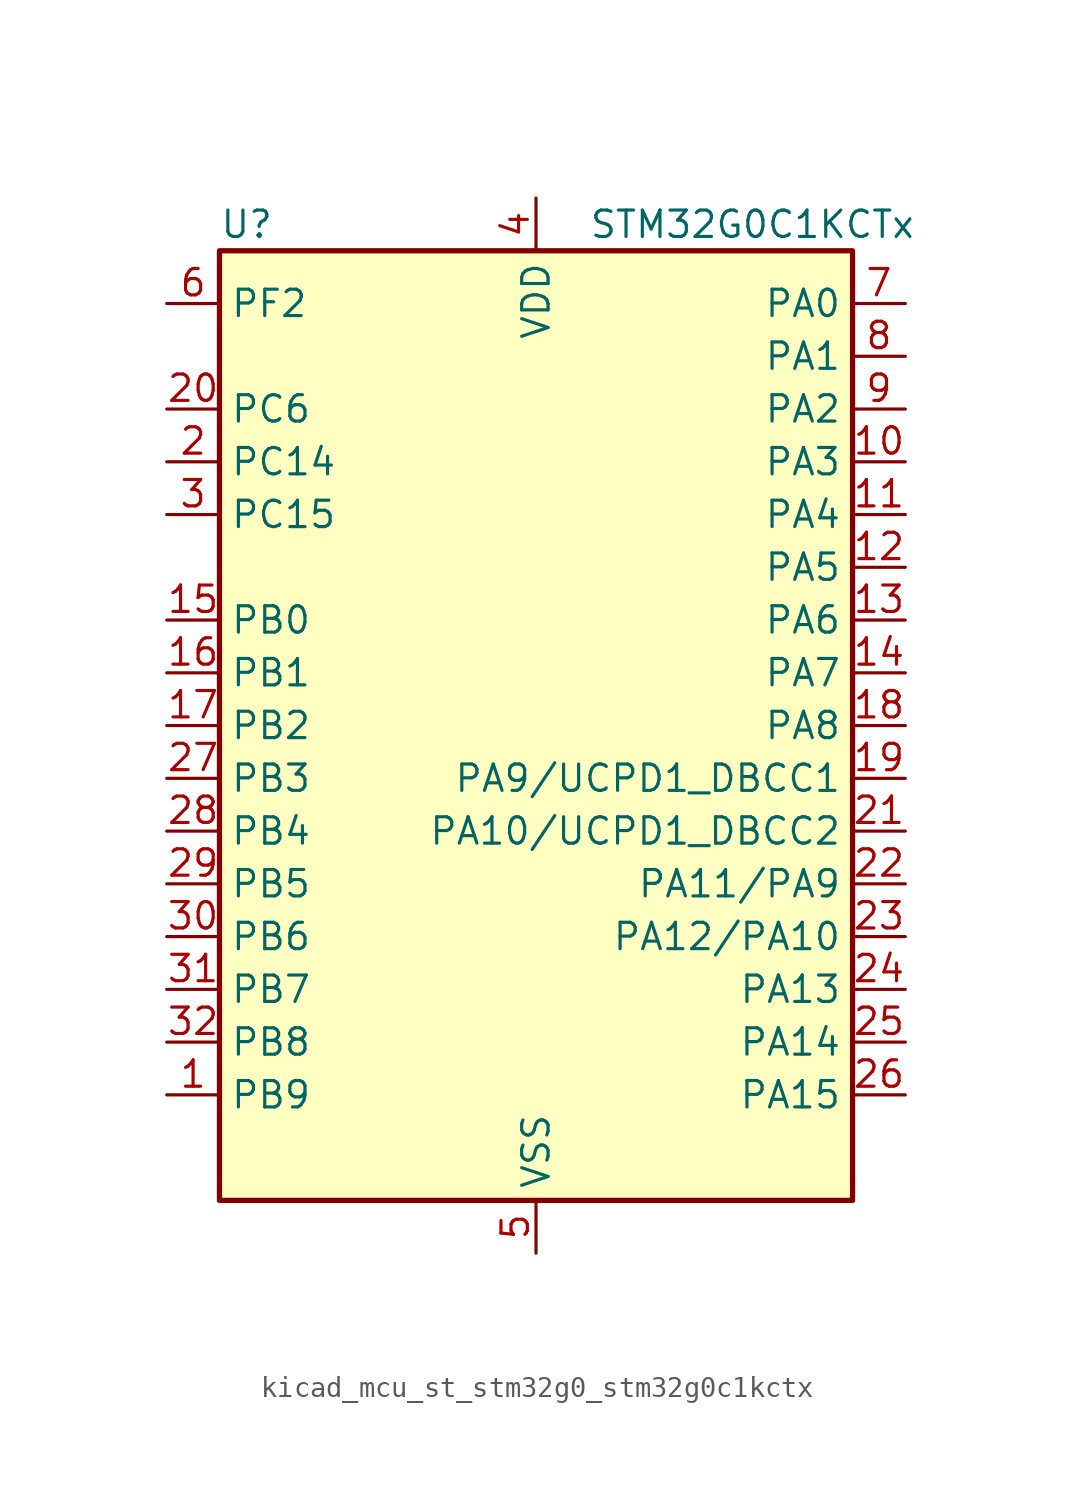
<source format=kicad_sym>
(kicad_symbol_lib
  (version 20220914)
  (generator kicad_symbol_editor)
  (symbol "kicad_mcu_st_stm32g0_stm32g0c1kctx"
    (property "Reference" "U"
      (at -15.24 24.13 0)
      (effects (font (size 1.27 1.27)) (justify left)))
    (property "Value" "STM32G0C1KCTx"
      (at 2.54 24.13 0)
      (effects (font (size 1.27 1.27)) (justify left)))
    (property "ki_locked" ""
      (at 0 0 0)
      (effects (font (size 1.27 1.27))))
    (symbol "kicad_mcu_st_stm32g0_stm32g0c1kctx_0_1"
      (rectangle (start -15.24 -22.86) (end 15.24 22.86) (stroke (width 0.254) (type default)) (fill (type background))))
    (symbol "kicad_mcu_st_stm32g0_stm32g0c1kctx_1_1"
      (pin bidirectional line (at -17.78 -17.78 0) (length 2.54) (name "PB9" (effects (font (size 1.27 1.27)))) (number "1" (effects (font (size 1.27 1.27)))) (alternate "DAC1_EXTI9" bidirectional line) (alternate "FDCAN1_TX" bidirectional line) (alternate "I2C1_SDA" bidirectional line) (alternate "I2S2_WS" bidirectional line) (alternate "IR_OUT" bidirectional line) (alternate "SPI2_NSS" bidirectional line) (alternate "TIM17_CH1" bidirectional line) (alternate "TIM4_CH4" bidirectional line) (alternate "USART3_RX" bidirectional line) (alternate "USART6_RX" bidirectional line))
      (pin bidirectional line (at 17.78 12.7 180) (length 2.54) (name "PA3" (effects (font (size 1.27 1.27)))) (number "10" (effects (font (size 1.27 1.27)))) (alternate "ADC1_IN3" bidirectional line) (alternate "COMP2_INP" bidirectional line) (alternate "I2S2_MCK" bidirectional line) (alternate "LPUART1_RX" bidirectional line) (alternate "SPI2_MISO" bidirectional line) (alternate "TIM15_CH2" bidirectional line) (alternate "TIM2_CH4" bidirectional line) (alternate "USART2_RX" bidirectional line))
      (pin bidirectional line (at 17.78 10.16 180) (length 2.54) (name "PA4" (effects (font (size 1.27 1.27)))) (number "11" (effects (font (size 1.27 1.27)))) (alternate "ADC1_IN4" bidirectional line) (alternate "DAC1_OUT1" bidirectional line) (alternate "I2S1_WS" bidirectional line) (alternate "I2S2_SD" bidirectional line) (alternate "LPTIM2_OUT" bidirectional line) (alternate "RTC_OUT1" bidirectional line) (alternate "RTC_TAMP_IN1" bidirectional line) (alternate "RTC_TS" bidirectional line) (alternate "SPI1_NSS" bidirectional line) (alternate "SPI2_MOSI" bidirectional line) (alternate "SPI3_NSS" bidirectional line) (alternate "SYS_WKUP2" bidirectional line) (alternate "TIM14_CH1" bidirectional line) (alternate "USART6_TX" bidirectional line) (alternate "USB_NOE" bidirectional line))
      (pin bidirectional line (at 17.78 7.62 180) (length 2.54) (name "PA5" (effects (font (size 1.27 1.27)))) (number "12" (effects (font (size 1.27 1.27)))) (alternate "ADC1_IN5" bidirectional line) (alternate "CEC" bidirectional line) (alternate "DAC1_OUT2" bidirectional line) (alternate "I2S1_CK" bidirectional line) (alternate "LPTIM2_ETR" bidirectional line) (alternate "SPI1_SCK" bidirectional line) (alternate "TIM2_CH1" bidirectional line) (alternate "TIM2_ETR" bidirectional line) (alternate "UCPD1_FRSTX1" bidirectional line) (alternate "UCPD1_FRSTX2" bidirectional line) (alternate "USART3_TX" bidirectional line) (alternate "USART6_RX" bidirectional line))
      (pin bidirectional line (at 17.78 5.08 180) (length 2.54) (name "PA6" (effects (font (size 1.27 1.27)))) (number "13" (effects (font (size 1.27 1.27)))) (alternate "ADC1_IN6" bidirectional line) (alternate "COMP1_OUT" bidirectional line) (alternate "I2C2_SDA" bidirectional line) (alternate "I2C3_SDA" bidirectional line) (alternate "I2S1_MCK" bidirectional line) (alternate "LPUART1_CTS" bidirectional line) (alternate "SPI1_MISO" bidirectional line) (alternate "TIM16_CH1" bidirectional line) (alternate "TIM1_BK" bidirectional line) (alternate "TIM3_CH1" bidirectional line) (alternate "USART3_CTS" bidirectional line) (alternate "USART3_NSS" bidirectional line) (alternate "USART6_CTS" bidirectional line) (alternate "USART6_NSS" bidirectional line))
      (pin bidirectional line (at 17.78 2.54 180) (length 2.54) (name "PA7" (effects (font (size 1.27 1.27)))) (number "14" (effects (font (size 1.27 1.27)))) (alternate "ADC1_IN7" bidirectional line) (alternate "COMP2_OUT" bidirectional line) (alternate "I2C2_SCL" bidirectional line) (alternate "I2C3_SCL" bidirectional line) (alternate "I2S1_SD" bidirectional line) (alternate "SPI1_MOSI" bidirectional line) (alternate "TIM14_CH1" bidirectional line) (alternate "TIM17_CH1" bidirectional line) (alternate "TIM1_CH1N" bidirectional line) (alternate "TIM3_CH2" bidirectional line) (alternate "UCPD1_FRSTX1" bidirectional line) (alternate "UCPD1_FRSTX2" bidirectional line) (alternate "USART6_CK" bidirectional line) (alternate "USART6_DE" bidirectional line) (alternate "USART6_RTS" bidirectional line))
      (pin bidirectional line (at -17.78 5.08 0) (length 2.54) (name "PB0" (effects (font (size 1.27 1.27)))) (number "15" (effects (font (size 1.27 1.27)))) (alternate "ADC1_IN8" bidirectional line) (alternate "COMP1_OUT" bidirectional line) (alternate "COMP3_INP" bidirectional line) (alternate "FDCAN2_RX" bidirectional line) (alternate "I2S1_WS" bidirectional line) (alternate "LPTIM1_OUT" bidirectional line) (alternate "LPUART2_CTS" bidirectional line) (alternate "SPI1_NSS" bidirectional line) (alternate "TIM1_CH2N" bidirectional line) (alternate "TIM3_CH3" bidirectional line) (alternate "UCPD1_FRSTX1" bidirectional line) (alternate "UCPD1_FRSTX2" bidirectional line) (alternate "USART3_RX" bidirectional line) (alternate "USART5_TX" bidirectional line))
      (pin bidirectional line (at -17.78 2.54 0) (length 2.54) (name "PB1" (effects (font (size 1.27 1.27)))) (number "16" (effects (font (size 1.27 1.27)))) (alternate "ADC1_IN9" bidirectional line) (alternate "COMP1_INM" bidirectional line) (alternate "COMP3_OUT" bidirectional line) (alternate "FDCAN2_TX" bidirectional line) (alternate "LPTIM2_IN1" bidirectional line) (alternate "LPUART1_DE" bidirectional line) (alternate "LPUART1_RTS" bidirectional line) (alternate "LPUART2_DE" bidirectional line) (alternate "LPUART2_RTS" bidirectional line) (alternate "TIM14_CH1" bidirectional line) (alternate "TIM1_CH3N" bidirectional line) (alternate "TIM3_CH4" bidirectional line) (alternate "USART3_CK" bidirectional line) (alternate "USART3_DE" bidirectional line) (alternate "USART3_RTS" bidirectional line) (alternate "USART5_RX" bidirectional line))
      (pin bidirectional line (at -17.78 0 0) (length 2.54) (name "PB2" (effects (font (size 1.27 1.27)))) (number "17" (effects (font (size 1.27 1.27)))) (alternate "ADC1_IN10" bidirectional line) (alternate "COMP1_INP" bidirectional line) (alternate "COMP3_INM" bidirectional line) (alternate "I2S2_MCK" bidirectional line) (alternate "LPTIM1_OUT" bidirectional line) (alternate "RCC_MCO_2" bidirectional line) (alternate "SPI2_MISO" bidirectional line) (alternate "USART3_TX" bidirectional line))
      (pin bidirectional line (at 17.78 0 180) (length 2.54) (name "PA8" (effects (font (size 1.27 1.27)))) (number "18" (effects (font (size 1.27 1.27)))) (alternate "CRS1_SYNC" bidirectional line) (alternate "I2C2_SMBA" bidirectional line) (alternate "I2S2_WS" bidirectional line) (alternate "LPTIM2_OUT" bidirectional line) (alternate "RCC_MCO" bidirectional line) (alternate "SPI2_NSS" bidirectional line) (alternate "TIM1_CH1" bidirectional line) (alternate "UCPD1_CC1" bidirectional line))
      (pin bidirectional line (at 17.78 -2.54 180) (length 2.54) (name "PA9/UCPD1_DBCC1" (effects (font (size 1.27 1.27)))) (number "19" (effects (font (size 1.27 1.27)))) (alternate "DAC1_EXTI9" bidirectional line) (alternate "I2C1_SCL" bidirectional line) (alternate "I2C2_SCL" bidirectional line) (alternate "I2S2_MCK" bidirectional line) (alternate "RCC_MCO" bidirectional line) (alternate "SPI2_MISO" bidirectional line) (alternate "TIM15_BK" bidirectional line) (alternate "TIM1_CH2" bidirectional line) (alternate "UCPD1_DBCC1" bidirectional line) (alternate "USART1_TX" bidirectional line))
      (pin bidirectional line (at -17.78 12.7 0) (length 2.54) (name "PC14" (effects (font (size 1.27 1.27)))) (number "2" (effects (font (size 1.27 1.27)))) (alternate "RCC_OSC32_IN" bidirectional line) (alternate "RCC_OSC_IN" bidirectional line) (alternate "TIM1_BK2" bidirectional line))
      (pin bidirectional line (at -17.78 15.24 0) (length 2.54) (name "PC6" (effects (font (size 1.27 1.27)))) (number "20" (effects (font (size 1.27 1.27)))) (alternate "LPUART2_TX" bidirectional line) (alternate "TIM2_CH3" bidirectional line) (alternate "TIM3_CH1" bidirectional line) (alternate "UCPD1_FRSTX1" bidirectional line) (alternate "UCPD1_FRSTX2" bidirectional line))
      (pin bidirectional line (at 17.78 -5.08 180) (length 2.54) (name "PA10/UCPD1_DBCC2" (effects (font (size 1.27 1.27)))) (number "21" (effects (font (size 1.27 1.27)))) (alternate "I2C1_SDA" bidirectional line) (alternate "I2C2_SDA" bidirectional line) (alternate "I2S2_SD" bidirectional line) (alternate "RCC_MCO_2" bidirectional line) (alternate "SPI2_MOSI" bidirectional line) (alternate "TIM17_BK" bidirectional line) (alternate "TIM1_CH3" bidirectional line) (alternate "UCPD1_DBCC2" bidirectional line) (alternate "USART1_RX" bidirectional line))
      (pin bidirectional line (at 17.78 -7.62 180) (length 2.54) (name "PA11/PA9" (effects (font (size 1.27 1.27)))) (number "22" (effects (font (size 1.27 1.27)))) (alternate "ADC1_EXTI11" bidirectional line) (alternate "COMP1_OUT" bidirectional line) (alternate "FDCAN1_RX" bidirectional line) (alternate "I2C2_SCL" bidirectional line) (alternate "I2S1_MCK" bidirectional line) (alternate "SPI1_MISO" bidirectional line) (alternate "TIM1_BK2" bidirectional line) (alternate "TIM1_CH4" bidirectional line) (alternate "USART1_CTS" bidirectional line) (alternate "USART1_NSS" bidirectional line) (alternate "USB_DM" bidirectional line))
      (pin bidirectional line (at 17.78 -10.16 180) (length 2.54) (name "PA12/PA10" (effects (font (size 1.27 1.27)))) (number "23" (effects (font (size 1.27 1.27)))) (alternate "COMP2_OUT" bidirectional line) (alternate "FDCAN1_TX" bidirectional line) (alternate "I2C2_SDA" bidirectional line) (alternate "I2S1_SD" bidirectional line) (alternate "I2S_CKIN" bidirectional line) (alternate "SPI1_MOSI" bidirectional line) (alternate "TIM1_ETR" bidirectional line) (alternate "USART1_CK" bidirectional line) (alternate "USART1_DE" bidirectional line) (alternate "USART1_RTS" bidirectional line) (alternate "USB_DP" bidirectional line))
      (pin bidirectional line (at 17.78 -12.7 180) (length 2.54) (name "PA13" (effects (font (size 1.27 1.27)))) (number "24" (effects (font (size 1.27 1.27)))) (alternate "IR_OUT" bidirectional line) (alternate "LPUART2_RX" bidirectional line) (alternate "SYS_SWDIO" bidirectional line) (alternate "USB_NOE" bidirectional line))
      (pin bidirectional line (at 17.78 -15.24 180) (length 2.54) (name "PA14" (effects (font (size 1.27 1.27)))) (number "25" (effects (font (size 1.27 1.27)))) (alternate "LPUART2_TX" bidirectional line) (alternate "SYS_SWCLK" bidirectional line) (alternate "USART2_TX" bidirectional line))
      (pin bidirectional line (at 17.78 -17.78 180) (length 2.54) (name "PA15" (effects (font (size 1.27 1.27)))) (number "26" (effects (font (size 1.27 1.27)))) (alternate "I2C2_SMBA" bidirectional line) (alternate "I2S1_WS" bidirectional line) (alternate "RCC_MCO_2" bidirectional line) (alternate "SPI1_NSS" bidirectional line) (alternate "SPI3_NSS" bidirectional line) (alternate "TIM2_CH1" bidirectional line) (alternate "TIM2_ETR" bidirectional line) (alternate "USART2_RX" bidirectional line) (alternate "USART3_CK" bidirectional line) (alternate "USART3_DE" bidirectional line) (alternate "USART3_RTS" bidirectional line) (alternate "USART4_CK" bidirectional line) (alternate "USART4_DE" bidirectional line) (alternate "USART4_RTS" bidirectional line) (alternate "USB_NOE" bidirectional line))
      (pin bidirectional line (at -17.78 -2.54 0) (length 2.54) (name "PB3" (effects (font (size 1.27 1.27)))) (number "27" (effects (font (size 1.27 1.27)))) (alternate "COMP2_INM" bidirectional line) (alternate "I2C2_SCL" bidirectional line) (alternate "I2C3_SCL" bidirectional line) (alternate "I2S1_CK" bidirectional line) (alternate "SPI1_SCK" bidirectional line) (alternate "SPI3_SCK" bidirectional line) (alternate "TIM1_CH2" bidirectional line) (alternate "TIM2_CH2" bidirectional line) (alternate "USART1_CK" bidirectional line) (alternate "USART1_DE" bidirectional line) (alternate "USART1_RTS" bidirectional line) (alternate "USART5_TX" bidirectional line))
      (pin bidirectional line (at -17.78 -5.08 0) (length 2.54) (name "PB4" (effects (font (size 1.27 1.27)))) (number "28" (effects (font (size 1.27 1.27)))) (alternate "COMP2_INP" bidirectional line) (alternate "I2C2_SDA" bidirectional line) (alternate "I2C3_SDA" bidirectional line) (alternate "I2S1_MCK" bidirectional line) (alternate "SPI1_MISO" bidirectional line) (alternate "SPI3_MISO" bidirectional line) (alternate "TIM17_BK" bidirectional line) (alternate "TIM3_CH1" bidirectional line) (alternate "USART1_CTS" bidirectional line) (alternate "USART1_NSS" bidirectional line) (alternate "USART5_RX" bidirectional line))
      (pin bidirectional line (at -17.78 -7.62 0) (length 2.54) (name "PB5" (effects (font (size 1.27 1.27)))) (number "29" (effects (font (size 1.27 1.27)))) (alternate "COMP2_OUT" bidirectional line) (alternate "FDCAN2_RX" bidirectional line) (alternate "I2C1_SMBA" bidirectional line) (alternate "I2S1_SD" bidirectional line) (alternate "LPTIM1_IN1" bidirectional line) (alternate "SPI1_MOSI" bidirectional line) (alternate "SPI3_MOSI" bidirectional line) (alternate "SYS_WKUP6" bidirectional line) (alternate "TIM16_BK" bidirectional line) (alternate "TIM3_CH2" bidirectional line) (alternate "USART5_CK" bidirectional line) (alternate "USART5_DE" bidirectional line) (alternate "USART5_RTS" bidirectional line))
      (pin bidirectional line (at -17.78 10.16 0) (length 2.54) (name "PC15" (effects (font (size 1.27 1.27)))) (number "3" (effects (font (size 1.27 1.27)))) (alternate "RCC_OSC32_EN" bidirectional line) (alternate "RCC_OSC32_OUT" bidirectional line) (alternate "RCC_OSC_EN" bidirectional line) (alternate "TIM15_BK" bidirectional line))
      (pin bidirectional line (at -17.78 -10.16 0) (length 2.54) (name "PB6" (effects (font (size 1.27 1.27)))) (number "30" (effects (font (size 1.27 1.27)))) (alternate "COMP2_INP" bidirectional line) (alternate "FDCAN2_TX" bidirectional line) (alternate "I2C1_SCL" bidirectional line) (alternate "I2S2_MCK" bidirectional line) (alternate "LPTIM1_ETR" bidirectional line) (alternate "LPUART2_TX" bidirectional line) (alternate "SPI2_MISO" bidirectional line) (alternate "TIM16_CH1N" bidirectional line) (alternate "TIM1_CH3" bidirectional line) (alternate "TIM4_CH1" bidirectional line) (alternate "USART1_TX" bidirectional line) (alternate "USART5_CTS" bidirectional line) (alternate "USART5_NSS" bidirectional line))
      (pin bidirectional line (at -17.78 -12.7 0) (length 2.54) (name "PB7" (effects (font (size 1.27 1.27)))) (number "31" (effects (font (size 1.27 1.27)))) (alternate "COMP2_INM" bidirectional line) (alternate "I2C1_SDA" bidirectional line) (alternate "I2S2_SD" bidirectional line) (alternate "LPTIM1_IN2" bidirectional line) (alternate "LPUART2_RX" bidirectional line) (alternate "SPI2_MOSI" bidirectional line) (alternate "SYS_PVD_IN" bidirectional line) (alternate "TIM17_CH1N" bidirectional line) (alternate "TIM4_CH2" bidirectional line) (alternate "USART1_RX" bidirectional line) (alternate "USART4_CTS" bidirectional line) (alternate "USART4_NSS" bidirectional line))
      (pin bidirectional line (at -17.78 -15.24 0) (length 2.54) (name "PB8" (effects (font (size 1.27 1.27)))) (number "32" (effects (font (size 1.27 1.27)))) (alternate "CEC" bidirectional line) (alternate "FDCAN1_RX" bidirectional line) (alternate "I2C1_SCL" bidirectional line) (alternate "I2S2_CK" bidirectional line) (alternate "SPI2_SCK" bidirectional line) (alternate "TIM15_BK" bidirectional line) (alternate "TIM16_CH1" bidirectional line) (alternate "TIM4_CH3" bidirectional line) (alternate "USART3_TX" bidirectional line) (alternate "USART6_TX" bidirectional line))
      (pin power_in line (at 0 25.4 270) (length 2.54) (name "VDD" (effects (font (size 1.27 1.27)))) (number "4" (effects (font (size 1.27 1.27)))))
      (pin power_in line (at 0 -25.4 90) (length 2.54) (name "VSS" (effects (font (size 1.27 1.27)))) (number "5" (effects (font (size 1.27 1.27)))))
      (pin bidirectional line (at -17.78 20.32 0) (length 2.54) (name "PF2" (effects (font (size 1.27 1.27)))) (number "6" (effects (font (size 1.27 1.27)))) (alternate "LPUART2_DE" bidirectional line) (alternate "LPUART2_RTS" bidirectional line) (alternate "LPUART2_TX" bidirectional line) (alternate "RCC_MCO" bidirectional line))
      (pin bidirectional line (at 17.78 20.32 180) (length 2.54) (name "PA0" (effects (font (size 1.27 1.27)))) (number "7" (effects (font (size 1.27 1.27)))) (alternate "ADC1_IN0" bidirectional line) (alternate "COMP1_INM" bidirectional line) (alternate "COMP1_OUT" bidirectional line) (alternate "I2S2_CK" bidirectional line) (alternate "LPTIM1_OUT" bidirectional line) (alternate "RTC_TAMP_IN2" bidirectional line) (alternate "SPI2_SCK" bidirectional line) (alternate "SYS_WKUP1" bidirectional line) (alternate "TIM2_CH1" bidirectional line) (alternate "TIM2_ETR" bidirectional line) (alternate "USART2_CTS" bidirectional line) (alternate "USART2_NSS" bidirectional line) (alternate "USART4_TX" bidirectional line))
      (pin bidirectional line (at 17.78 17.78 180) (length 2.54) (name "PA1" (effects (font (size 1.27 1.27)))) (number "8" (effects (font (size 1.27 1.27)))) (alternate "ADC1_IN1" bidirectional line) (alternate "COMP1_INP" bidirectional line) (alternate "I2C1_SMBA" bidirectional line) (alternate "I2S1_CK" bidirectional line) (alternate "SPI1_SCK" bidirectional line) (alternate "TIM15_CH1N" bidirectional line) (alternate "TIM2_CH2" bidirectional line) (alternate "USART2_CK" bidirectional line) (alternate "USART2_DE" bidirectional line) (alternate "USART2_RTS" bidirectional line) (alternate "USART4_RX" bidirectional line))
      (pin bidirectional line (at 17.78 15.24 180) (length 2.54) (name "PA2" (effects (font (size 1.27 1.27)))) (number "9" (effects (font (size 1.27 1.27)))) (alternate "ADC1_IN2" bidirectional line) (alternate "COMP2_INM" bidirectional line) (alternate "COMP2_OUT" bidirectional line) (alternate "I2S1_SD" bidirectional line) (alternate "LPUART1_TX" bidirectional line) (alternate "RCC_LSCO" bidirectional line) (alternate "SPI1_MOSI" bidirectional line) (alternate "SYS_WKUP4" bidirectional line) (alternate "TIM15_CH1" bidirectional line) (alternate "TIM2_CH3" bidirectional line) (alternate "UCPD1_FRSTX1" bidirectional line) (alternate "UCPD1_FRSTX2" bidirectional line) (alternate "USART2_TX" bidirectional line)))))
</source>
